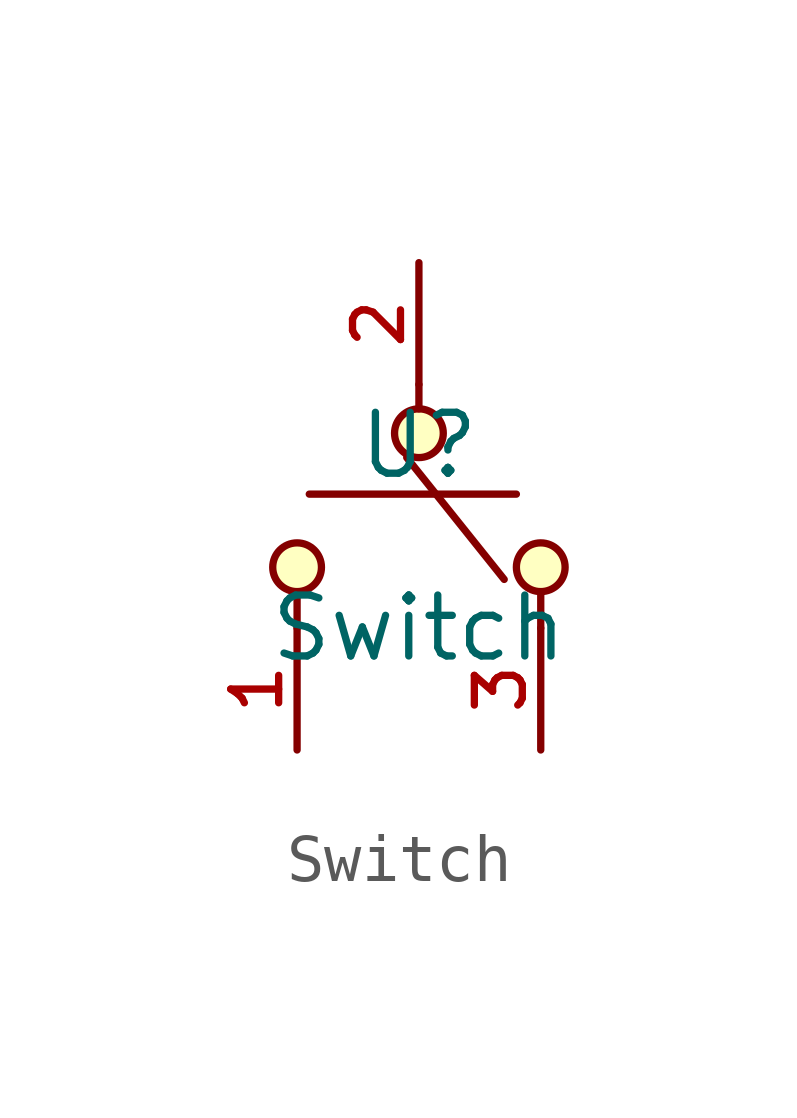
<source format=kicad_sym>
(kicad_symbol_lib
  (version 20231120)
  (generator "kicad_symbol_editor")
  (generator_version "8.0")
  (symbol "Switch"
    (pin_names hide)
    (property "Reference" "U"
      (at 0 1.27 0)
      (effects (font (size 1.27 1.27))))
    (property "Value" "Switch"
      (at 0 -2.54 0)
      (effects (font (size 1.27 1.27))))
    (symbol "Switch_0_1"
      (circle (center -2.54 -1.27) (radius 0.508) (stroke (width 0) (type default)) (fill (type background)))
      (polyline (pts (xy -2.54 -1.778) (xy -2.54 -2.54)) (stroke (width 0) (type default)) (fill (type none)))
      (polyline (pts (xy -2.286 0.254) (xy 2.032 0.254)) (stroke (width 0) (type default)) (fill (type none)))
      (polyline (pts (xy -0.254 1.016) (xy 1.778 -1.524)) (stroke (width 0) (type default)) (fill (type none)))
      (polyline (pts (xy 0 2.032) (xy 0 2.54)) (stroke (width 0) (type default)) (fill (type none)))
      (polyline (pts (xy 2.54 -1.778) (xy 2.54 -2.54)) (stroke (width 0) (type default)) (fill (type none)))
      (circle (center 0 1.524) (radius 0.508) (stroke (width 0) (type default)) (fill (type background)))
      (circle (center 2.54 -1.27) (radius 0.508) (stroke (width 0) (type default)) (fill (type background)))
      (pin unspecified line (at -2.54 -5.08 90) (length 2.54) (name "1" (effects (font (size 1 1)))) (number "1" (effects (font (size 1 1)))))
      (pin unspecified line (at 0 5.08 270) (length 2.54) (name "2" (effects (font (size 1 1)))) (number "2" (effects (font (size 1 1)))))
      (pin unspecified line (at 2.54 -5.08 90) (length 2.54) (name "3" (effects (font (size 1 1)))) (number "3" (effects (font (size 1 1))))))))
</source>
